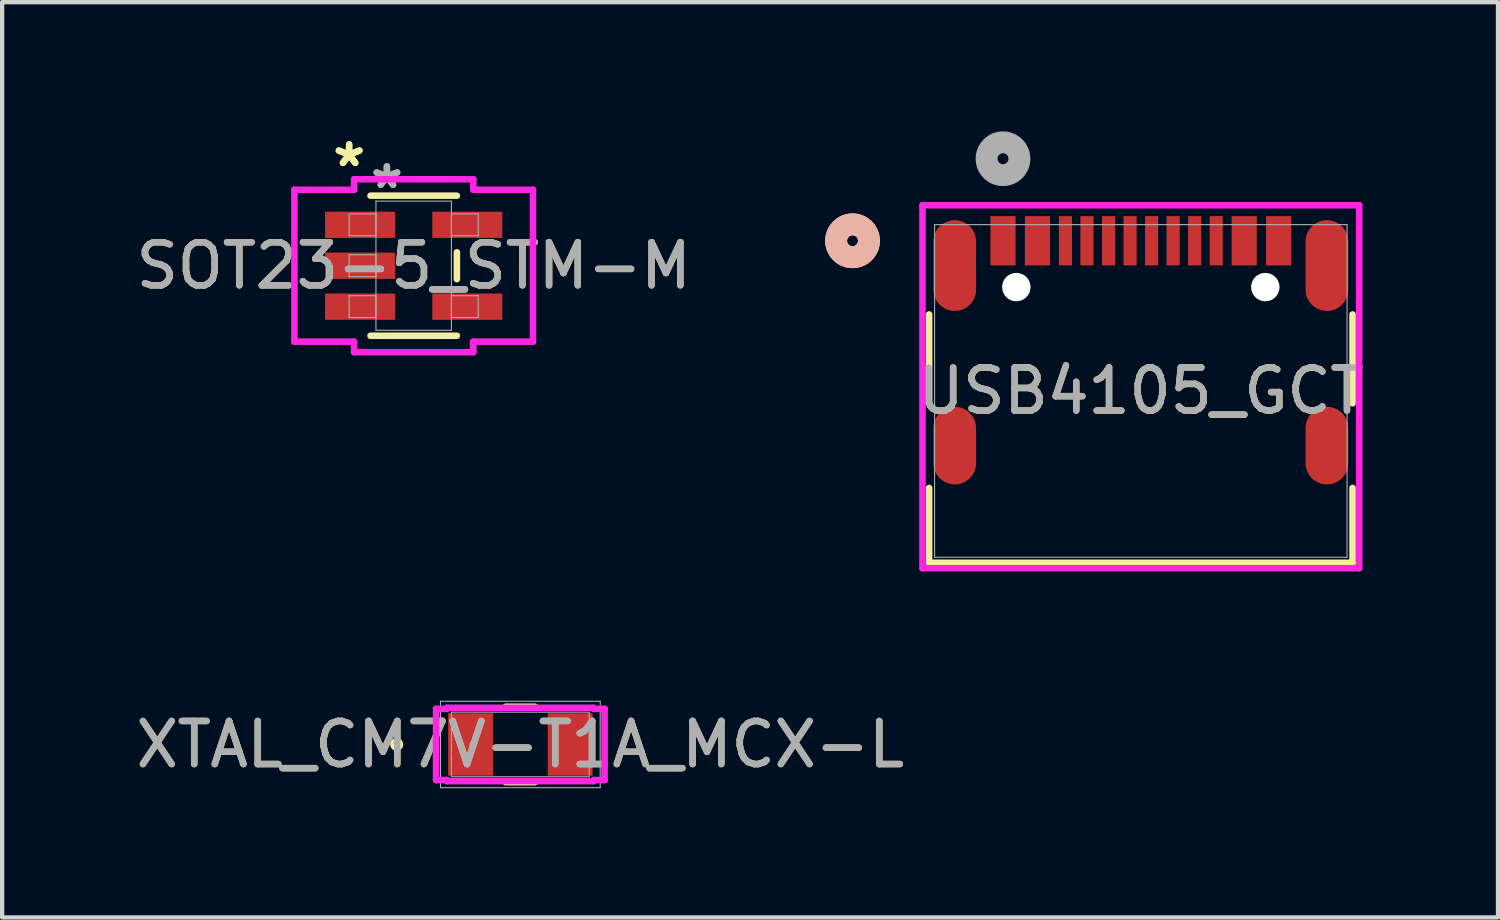
<source format=kicad_pcb>
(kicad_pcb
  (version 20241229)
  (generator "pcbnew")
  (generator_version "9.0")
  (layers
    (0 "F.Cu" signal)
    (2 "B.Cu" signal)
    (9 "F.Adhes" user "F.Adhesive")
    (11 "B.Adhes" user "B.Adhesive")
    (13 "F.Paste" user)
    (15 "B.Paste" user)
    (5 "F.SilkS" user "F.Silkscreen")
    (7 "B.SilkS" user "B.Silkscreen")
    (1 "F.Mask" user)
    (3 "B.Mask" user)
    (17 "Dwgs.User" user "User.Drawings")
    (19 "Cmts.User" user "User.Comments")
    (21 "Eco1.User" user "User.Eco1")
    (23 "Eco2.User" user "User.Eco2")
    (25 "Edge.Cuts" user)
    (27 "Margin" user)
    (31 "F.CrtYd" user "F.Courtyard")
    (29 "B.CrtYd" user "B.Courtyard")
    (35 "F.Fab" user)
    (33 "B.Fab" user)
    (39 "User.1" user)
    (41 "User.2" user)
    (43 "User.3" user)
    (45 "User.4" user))
  (footprint "XTAL_CM7V-T1A_MCX-L"
    (layer "F.Cu")
    (at 9.03 14.233)
    (property "Reference" "XTAL_CM7V-T1A_MCX-L" (at 0 0 0) (unlocked yes) (layer "F.SilkS") (effects (font (size 1 1) (thickness 0.15))))
    (attr smd)
    (fp_line (start -0.339 0.876) (end 0.339 0.876) (stroke (width 0.152) (type solid)) (layer "F.SilkS"))
    (fp_line (start 0.339 -0.876) (end -0.339 -0.876) (stroke (width 0.152) (type solid)) (layer "F.SilkS"))
    (fp_circle (center -2.87 0) (end -2.794 0) (stroke (width 0.152) (type solid)) (fill no) (layer "F.SilkS"))
    (fp_line (start -1.956 -0.826) (end -1.702 -0.826) (stroke (width 0.152) (type solid)) (layer "F.CrtYd"))
    (fp_line (start -1.956 0.826) (end -1.956 -0.826) (stroke (width 0.152) (type solid)) (layer "F.CrtYd"))
    (fp_line (start -1.702 -0.851) (end 1.702 -0.851) (stroke (width 0.152) (type solid)) (layer "F.CrtYd"))
    (fp_line (start -1.702 -0.826) (end -1.702 -0.851) (stroke (width 0.152) (type solid)) (layer "F.CrtYd"))
    (fp_line (start -1.702 0.826) (end -1.956 0.826) (stroke (width 0.152) (type solid)) (layer "F.CrtYd"))
    (fp_line (start -1.702 0.851) (end -1.702 0.826) (stroke (width 0.152) (type solid)) (layer "F.CrtYd"))
    (fp_line (start 1.702 -0.851) (end 1.702 -0.826) (stroke (width 0.152) (type solid)) (layer "F.CrtYd"))
    (fp_line (start 1.702 -0.826) (end 1.956 -0.826) (stroke (width 0.152) (type solid)) (layer "F.CrtYd"))
    (fp_line (start 1.702 0.826) (end 1.702 0.851) (stroke (width 0.152) (type solid)) (layer "F.CrtYd"))
    (fp_line (start 1.702 0.851) (end -1.702 0.851) (stroke (width 0.152) (type solid)) (layer "F.CrtYd"))
    (fp_line (start 1.956 -0.826) (end 1.956 0.826) (stroke (width 0.152) (type solid)) (layer "F.CrtYd"))
    (fp_line (start 1.956 0.826) (end 1.702 0.826) (stroke (width 0.152) (type solid)) (layer "F.CrtYd"))
    (fp_line (start -1.854 -1.003) (end 1.854 -1.003) (stroke (width 0.025) (type solid)) (layer "F.Fab"))
    (fp_line (start -1.854 1.003) (end -1.854 -1.003) (stroke (width 0.025) (type solid)) (layer "F.Fab"))
    (fp_line (start -1.6 -0.749) (end -1.6 0.749) (stroke (width 0.025) (type solid)) (layer "F.Fab"))
    (fp_line (start -1.6 0.749) (end 1.6 0.749) (stroke (width 0.025) (type solid)) (layer "F.Fab"))
    (fp_line (start 1.6 -0.749) (end -1.6 -0.749) (stroke (width 0.025) (type solid)) (layer "F.Fab"))
    (fp_line (start 1.6 0.749) (end 1.6 -0.749) (stroke (width 0.025) (type solid)) (layer "F.Fab"))
    (fp_line (start 1.854 -1.003) (end 1.854 1.003) (stroke (width 0.025) (type solid)) (layer "F.Fab"))
    (fp_line (start 1.854 1.003) (end -1.854 1.003) (stroke (width 0.025) (type solid)) (layer "F.Fab"))
    (fp_circle (center -1.092 0) (end -1.016 0) (stroke (width 0.025) (type solid)) (fill no) (layer "F.Fab"))
    (fp_text user "${REFERENCE}" (at 0 0 0) (unlocked yes) (layer "F.Fab") (effects (font (size 1 1) (thickness 0.15))))
    (pad "1" smd rect (at -1.156 0 90) (size 1.448 1.041) (layers "F.Cu" "F.Mask" "F.Paste"))
    (pad "2" smd rect (at 1.156 0 90) (size 1.448 1.041) (layers "F.Cu" "F.Mask" "F.Paste"))
    (zone (net_name "") (layer "F.Cu") (hatch full 0.508) (connect_pads) (min_thickness 0.254) (filled_areas_thickness no) (keepout (tracks not_allowed) (vias not_allowed) (pads allowed) (copperpour not_allowed) (footprints allowed)) (placement (enabled no)) (fill) (polygon (pts (xy 8.446 13.433) (xy 9.614 13.433) (xy 9.614 15.033) (xy 8.446 15.033)))))
  (footprint "SOT23-5_STM-M"
    (layer "F.Cu")
    (at 6.554 3.119)
    (property "Reference" "SOT23-5_STM-M" (at 0 0 0) (unlocked yes) (layer "F.SilkS") (effects (font (size 1 1) (thickness 0.15))))
    (attr smd)
    (fp_line (start -1.003 1.626) (end 1.003 1.626) (stroke (width 0.152) (type solid)) (layer "F.SilkS"))
    (fp_line (start 1.003 -1.626) (end -1.003 -1.626) (stroke (width 0.152) (type solid)) (layer "F.SilkS"))
    (fp_line (start 1.003 0.312) (end 1.003 -0.312) (stroke (width 0.152) (type solid)) (layer "F.SilkS"))
    (fp_line (start -2.769 -1.763) (end -1.384 -1.763) (stroke (width 0.152) (type solid)) (layer "F.CrtYd"))
    (fp_line (start -2.769 1.763) (end -2.769 -1.763) (stroke (width 0.152) (type solid)) (layer "F.CrtYd"))
    (fp_line (start -1.384 -2.007) (end 1.384 -2.007) (stroke (width 0.152) (type solid)) (layer "F.CrtYd"))
    (fp_line (start -1.384 -1.763) (end -1.384 -2.007) (stroke (width 0.152) (type solid)) (layer "F.CrtYd"))
    (fp_line (start -1.384 1.763) (end -2.769 1.763) (stroke (width 0.152) (type solid)) (layer "F.CrtYd"))
    (fp_line (start -1.384 2.007) (end -1.384 1.763) (stroke (width 0.152) (type solid)) (layer "F.CrtYd"))
    (fp_line (start 1.384 -2.007) (end 1.384 -1.763) (stroke (width 0.152) (type solid)) (layer "F.CrtYd"))
    (fp_line (start 1.384 -1.763) (end 2.769 -1.763) (stroke (width 0.152) (type solid)) (layer "F.CrtYd"))
    (fp_line (start 1.384 1.763) (end 1.384 2.007) (stroke (width 0.152) (type solid)) (layer "F.CrtYd"))
    (fp_line (start 1.384 2.007) (end -1.384 2.007) (stroke (width 0.152) (type solid)) (layer "F.CrtYd"))
    (fp_line (start 2.769 -1.763) (end 2.769 1.763) (stroke (width 0.152) (type solid)) (layer "F.CrtYd"))
    (fp_line (start 2.769 1.763) (end 1.384 1.763) (stroke (width 0.152) (type solid)) (layer "F.CrtYd"))
    (fp_line (start -1.499 -1.204) (end -1.499 -0.696) (stroke (width 0.025) (type solid)) (layer "F.Fab"))
    (fp_line (start -1.499 -0.696) (end -0.876 -0.696) (stroke (width 0.025) (type solid)) (layer "F.Fab"))
    (fp_line (start -1.499 -0.254) (end -1.499 0.254) (stroke (width 0.025) (type solid)) (layer "F.Fab"))
    (fp_line (start -1.499 0.254) (end -0.876 0.254) (stroke (width 0.025) (type solid)) (layer "F.Fab"))
    (fp_line (start -1.499 0.696) (end -1.499 1.204) (stroke (width 0.025) (type solid)) (layer "F.Fab"))
    (fp_line (start -1.499 1.204) (end -0.876 1.204) (stroke (width 0.025) (type solid)) (layer "F.Fab"))
    (fp_line (start -0.876 -1.499) (end -0.876 1.499) (stroke (width 0.025) (type solid)) (layer "F.Fab"))
    (fp_line (start -0.876 -1.204) (end -1.499 -1.204) (stroke (width 0.025) (type solid)) (layer "F.Fab"))
    (fp_line (start -0.876 -0.696) (end -0.876 -1.204) (stroke (width 0.025) (type solid)) (layer "F.Fab"))
    (fp_line (start -0.876 -0.254) (end -1.499 -0.254) (stroke (width 0.025) (type solid)) (layer "F.Fab"))
    (fp_line (start -0.876 0.254) (end -0.876 -0.254) (stroke (width 0.025) (type solid)) (layer "F.Fab"))
    (fp_line (start -0.876 0.696) (end -1.499 0.696) (stroke (width 0.025) (type solid)) (layer "F.Fab"))
    (fp_line (start -0.876 1.204) (end -0.876 0.696) (stroke (width 0.025) (type solid)) (layer "F.Fab"))
    (fp_line (start -0.876 1.499) (end 0.876 1.499) (stroke (width 0.025) (type solid)) (layer "F.Fab"))
    (fp_line (start 0.876 -1.499) (end -0.876 -1.499) (stroke (width 0.025) (type solid)) (layer "F.Fab"))
    (fp_line (start 0.876 -1.204) (end 0.876 -0.696) (stroke (width 0.025) (type solid)) (layer "F.Fab"))
    (fp_line (start 0.876 -0.696) (end 1.499 -0.696) (stroke (width 0.025) (type solid)) (layer "F.Fab"))
    (fp_line (start 0.876 0.696) (end 0.876 1.204) (stroke (width 0.025) (type solid)) (layer "F.Fab"))
    (fp_line (start 0.876 1.204) (end 1.499 1.204) (stroke (width 0.025) (type solid)) (layer "F.Fab"))
    (fp_line (start 0.876 1.499) (end 0.876 -1.499) (stroke (width 0.025) (type solid)) (layer "F.Fab"))
    (fp_line (start 1.499 -1.204) (end 0.876 -1.204) (stroke (width 0.025) (type solid)) (layer "F.Fab"))
    (fp_line (start 1.499 -0.696) (end 1.499 -1.204) (stroke (width 0.025) (type solid)) (layer "F.Fab"))
    (fp_line (start 1.499 0.696) (end 0.876 0.696) (stroke (width 0.025) (type solid)) (layer "F.Fab"))
    (fp_line (start 1.499 1.204) (end 1.499 0.696) (stroke (width 0.025) (type solid)) (layer "F.Fab"))
    (fp_text user "*" (at -1.499 -2.271 0) (unlocked yes) (layer "F.SilkS") (effects (font (size 1 1) (thickness 0.15))))
    (fp_text user "*" (at -1.499 -2.271 0) (layer "F.SilkS") (effects (font (size 1 1) (thickness 0.15))))
    (fp_text user "${REFERENCE}" (at 0 0 0) (unlocked yes) (layer "F.Fab") (effects (font (size 1 1) (thickness 0.15))))
    (fp_text user "*" (at -0.622 -1.763 0) (layer "F.Fab") (effects (font (size 1 1) (thickness 0.15))))
    (fp_text user "*" (at -0.622 -1.763 0) (unlocked yes) (layer "F.Fab") (effects (font (size 1 1) (thickness 0.15))))
    (pad "1" smd rect (at -1.245 -0.95) (size 1.626 0.61) (layers "F.Cu" "F.Mask" "F.Paste"))
    (pad "2" smd rect (at -1.245 0) (size 1.626 0.61) (layers "F.Cu" "F.Mask" "F.Paste"))
    (pad "3" smd rect (at -1.245 0.95) (size 1.626 0.61) (layers "F.Cu" "F.Mask" "F.Paste"))
    (pad "4" smd rect (at 1.245 0.95) (size 1.626 0.61) (layers "F.Cu" "F.Mask" "F.Paste"))
    (pad "5" smd rect (at 1.245 -0.95) (size 1.626 0.61) (layers "F.Cu" "F.Mask" "F.Paste")))
  (footprint "USB4105_GCT"
    (layer "F.Cu")
    (at 23.435 6.026)
    (property "Reference" "USB4105_GCT" (at 0 0 0) (unlocked yes) (layer "F.SilkS") (effects (font (size 1 1) (thickness 0.15))))
    (attr smd)
    (fp_line (start -4.915 -1.776) (end -4.915 0.287) (stroke (width 0.152) (type solid)) (layer "F.SilkS"))
    (fp_line (start -4.915 2.252) (end -4.915 3.988) (stroke (width 0.152) (type solid)) (layer "F.SilkS"))
    (fp_line (start -4.915 3.988) (end 4.915 3.988) (stroke (width 0.152) (type solid)) (layer "F.SilkS"))
    (fp_line (start 4.915 0.287) (end 4.915 -1.776) (stroke (width 0.152) (type solid)) (layer "F.SilkS"))
    (fp_line (start 4.915 3.988) (end 4.915 2.252) (stroke (width 0.152) (type solid)) (layer "F.SilkS"))
    (fp_circle (center -6.693 -3.486) (end -6.312 -3.486) (stroke (width 0.508) (type solid)) (fill no) (layer "F.SilkS"))
    (fp_circle (center -6.693 -3.486) (end -6.312 -3.486) (stroke (width 0.508) (type solid)) (fill no) (layer "B.SilkS"))
    (fp_line (start -5.069 -4.311) (end -5.069 4.115) (stroke (width 0.152) (type solid)) (layer "F.CrtYd"))
    (fp_line (start -5.069 4.115) (end 5.069 4.115) (stroke (width 0.152) (type solid)) (layer "F.CrtYd"))
    (fp_line (start 5.069 -4.311) (end -5.069 -4.311) (stroke (width 0.152) (type solid)) (layer "F.CrtYd"))
    (fp_line (start 5.069 4.115) (end 5.069 -4.311) (stroke (width 0.152) (type solid)) (layer "F.CrtYd"))
    (fp_line (start -4.788 -3.861) (end -4.788 3.861) (stroke (width 0.025) (type solid)) (layer "F.Fab"))
    (fp_line (start -4.788 3.861) (end 4.788 3.861) (stroke (width 0.025) (type solid)) (layer "F.Fab"))
    (fp_line (start 4.788 -3.861) (end -4.788 -3.861) (stroke (width 0.025) (type solid)) (layer "F.Fab"))
    (fp_line (start 4.788 3.861) (end 4.788 -3.861) (stroke (width 0.025) (type solid)) (layer "F.Fab"))
    (fp_circle (center -3.2 -5.391) (end -2.819 -5.391) (stroke (width 0.508) (type solid)) (fill no) (layer "F.Fab"))
    (fp_text user "${REFERENCE}" (at 0 0 0) (unlocked yes) (layer "F.Fab") (effects (font (size 1 1) (thickness 0.15))))
    (pad "" np_thru_hole circle (at -2.89 -2.411) (size 0.66 0.66) (drill 0.66) (layers "*.Cu" "*.Mask"))
    (pad "" np_thru_hole circle (at 2.89 -2.411) (size 0.66 0.66) (drill 0.66) (layers "*.Cu" "*.Mask"))
    (pad "13" smd oval (at -4.32 1.269) (size 0.991 1.803) (layers "F.Cu" "F.Mask" "F.Paste"))
    (pad "14" smd oval (at 4.32 1.269) (size 0.991 1.803) (layers "F.Cu" "F.Mask" "F.Paste"))
    (pad "15" smd oval (at -4.32 -2.911) (size 0.991 2.108) (layers "F.Cu" "F.Mask" "F.Paste"))
    (pad "16" smd oval (at 4.32 -2.911) (size 0.991 2.108) (layers "F.Cu" "F.Mask" "F.Paste"))
    (pad "A1-B12" smd rect (at -3.2 -3.486) (size 0.584 1.143) (layers "F.Cu" "F.Mask" "F.Paste"))
    (pad "A4-B9" smd rect (at -2.4 -3.486) (size 0.584 1.143) (layers "F.Cu" "F.Mask" "F.Paste"))
    (pad "A5" smd rect (at -1.25 -3.486) (size 0.305 1.143) (layers "F.Cu" "F.Mask" "F.Paste"))
    (pad "A6" smd rect (at -0.25 -3.486) (size 0.305 1.143) (layers "F.Cu" "F.Mask" "F.Paste"))
    (pad "A7" smd rect (at 0.25 -3.486) (size 0.305 1.143) (layers "F.Cu" "F.Mask" "F.Paste"))
    (pad "A8" smd rect (at 1.25 -3.486) (size 0.305 1.143) (layers "F.Cu" "F.Mask" "F.Paste"))
    (pad "B1-A12" smd rect (at 3.2 -3.486) (size 0.584 1.143) (layers "F.Cu" "F.Mask" "F.Paste"))
    (pad "B4-A9" smd rect (at 2.4 -3.486) (size 0.584 1.143) (layers "F.Cu" "F.Mask" "F.Paste"))
    (pad "B5" smd rect (at 1.75 -3.486) (size 0.305 1.143) (layers "F.Cu" "F.Mask" "F.Paste"))
    (pad "B6" smd rect (at 0.75 -3.486) (size 0.305 1.143) (layers "F.Cu" "F.Mask" "F.Paste"))
    (pad "B7" smd rect (at -0.75 -3.486) (size 0.305 1.143) (layers "F.Cu" "F.Mask" "F.Paste"))
    (pad "B8" smd rect (at -1.75 -3.486) (size 0.305 1.143) (layers "F.Cu" "F.Mask" "F.Paste")))
  (gr_rect
    (start -3 -3)
    (end 31.727 18.249)
    (stroke (width 0.1) (type default))
    (fill no)
    (layer "Edge.Cuts")))
</source>
